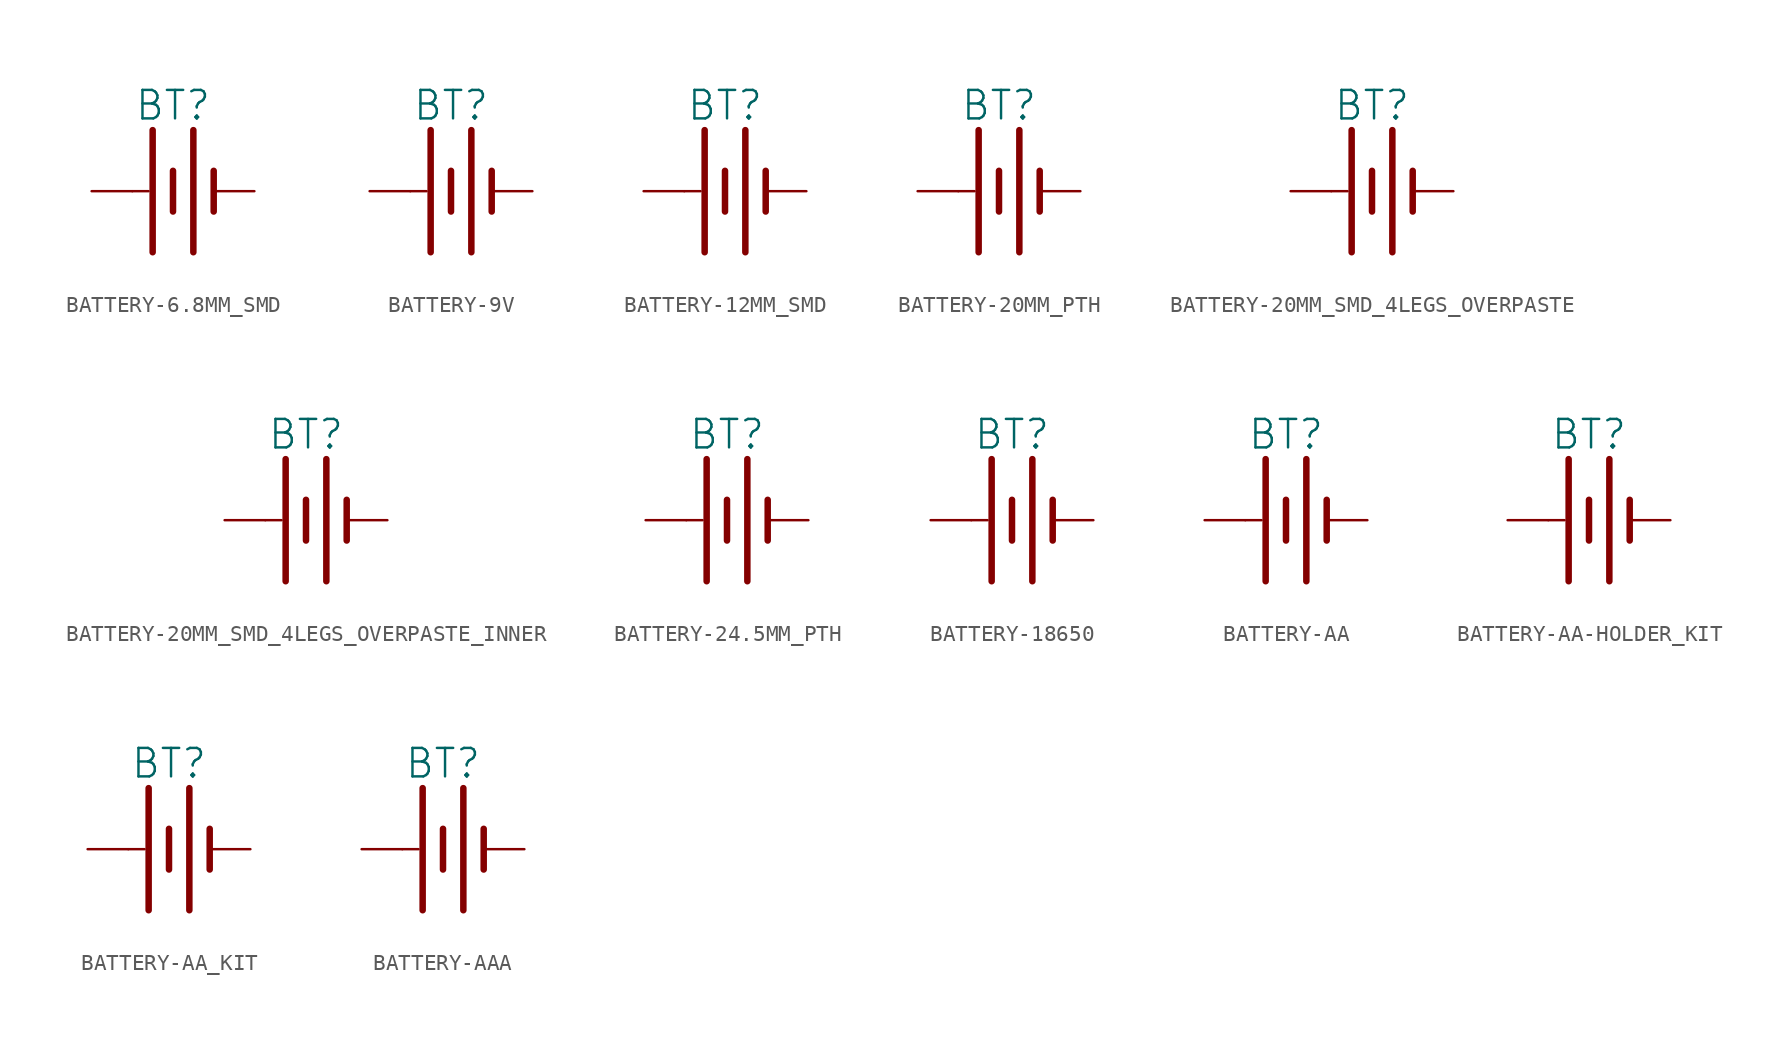
<source format=kicad_sym>
(kicad_symbol_lib
  (version 20231120)
  (generator "kicad_symbol_editor")
  (generator_version "8.0")
  (symbol "BATTERY-6.8MM_SMD"
    (property "Reference" "BT"
      (at 0 4.318 0)
      (effects (font (size 1.778 1.778)) (justify bottom)))
    (property "Value" ""
      (at 0 -4.318 0)
      (effects (font (size 1.778 1.778)) (justify top)))
    (property "ki_locked" ""
      (at 0 0 0)
      (effects (font (size 1.27 1.27))))
    (symbol "BATTERY-6.8MM_SMD_1_0"
      (polyline (pts (xy -2.54 0) (xy -1.524 0)) (stroke (width 0.152) (type solid)) (fill (type none)))
      (polyline (pts (xy -1.27 3.81) (xy -1.27 -3.81)) (stroke (width 0.406) (type solid)) (fill (type none)))
      (polyline (pts (xy 0 1.27) (xy 0 -1.27)) (stroke (width 0.406) (type solid)) (fill (type none)))
      (polyline (pts (xy 1.27 3.81) (xy 1.27 -3.81)) (stroke (width 0.406) (type solid)) (fill (type none)))
      (polyline (pts (xy 2.54 1.27) (xy 2.54 -1.27)) (stroke (width 0.406) (type solid)) (fill (type none)))
      (pin power_in line (at -5.08 0 0) (length 2.54) (name "+" (effects (font (size 0 0)))) (number "+" (effects (font (size 0 0)))))
      (pin power_in line (at 5.08 0 180) (length 2.54) (name "-" (effects (font (size 0 0)))) (number "-" (effects (font (size 0 0)))))))
  (symbol "BATTERY-9V"
    (property "Reference" "BT"
      (at 0 4.318 0)
      (effects (font (size 1.778 1.778)) (justify bottom)))
    (property "Value" ""
      (at 0 -4.318 0)
      (effects (font (size 1.778 1.778)) (justify top)))
    (property "ki_locked" ""
      (at 0 0 0)
      (effects (font (size 1.27 1.27))))
    (symbol "BATTERY-9V_1_0"
      (polyline (pts (xy -2.54 0) (xy -1.524 0)) (stroke (width 0.152) (type solid)) (fill (type none)))
      (polyline (pts (xy -1.27 3.81) (xy -1.27 -3.81)) (stroke (width 0.406) (type solid)) (fill (type none)))
      (polyline (pts (xy 0 1.27) (xy 0 -1.27)) (stroke (width 0.406) (type solid)) (fill (type none)))
      (polyline (pts (xy 1.27 3.81) (xy 1.27 -3.81)) (stroke (width 0.406) (type solid)) (fill (type none)))
      (polyline (pts (xy 2.54 1.27) (xy 2.54 -1.27)) (stroke (width 0.406) (type solid)) (fill (type none)))
      (pin power_in line (at -5.08 0 0) (length 2.54) (name "+" (effects (font (size 0 0)))) (number "+" (effects (font (size 0 0)))))
      (pin power_in line (at 5.08 0 180) (length 2.54) (name "-" (effects (font (size 0 0)))) (number "-" (effects (font (size 0 0)))))))
  (symbol "BATTERY-12MM_SMD"
    (property "Reference" "BT"
      (at 0 4.318 0)
      (effects (font (size 1.778 1.778)) (justify bottom)))
    (property "Value" ""
      (at 0 -4.318 0)
      (effects (font (size 1.778 1.778)) (justify top)))
    (property "ki_locked" ""
      (at 0 0 0)
      (effects (font (size 1.27 1.27))))
    (symbol "BATTERY-12MM_SMD_1_0"
      (polyline (pts (xy -2.54 0) (xy -1.524 0)) (stroke (width 0.152) (type solid)) (fill (type none)))
      (polyline (pts (xy -1.27 3.81) (xy -1.27 -3.81)) (stroke (width 0.406) (type solid)) (fill (type none)))
      (polyline (pts (xy 0 1.27) (xy 0 -1.27)) (stroke (width 0.406) (type solid)) (fill (type none)))
      (polyline (pts (xy 1.27 3.81) (xy 1.27 -3.81)) (stroke (width 0.406) (type solid)) (fill (type none)))
      (polyline (pts (xy 2.54 1.27) (xy 2.54 -1.27)) (stroke (width 0.406) (type solid)) (fill (type none)))
      (pin power_in line (at 5.08 0 180) (length 2.54) (name "-" (effects (font (size 0 0)))) (number "GND" (effects (font (size 0 0)))))
      (pin power_in line (at -5.08 0 0) (length 2.54) (name "+" (effects (font (size 0 0)))) (number "PWR@1" (effects (font (size 0 0)))))))
  (symbol "BATTERY-20MM_PTH"
    (property "Reference" "BT"
      (at 0 4.318 0)
      (effects (font (size 1.778 1.778)) (justify bottom)))
    (property "Value" ""
      (at 0 -4.318 0)
      (effects (font (size 1.778 1.778)) (justify top)))
    (property "ki_locked" ""
      (at 0 0 0)
      (effects (font (size 1.27 1.27))))
    (symbol "BATTERY-20MM_PTH_1_0"
      (polyline (pts (xy -2.54 0) (xy -1.524 0)) (stroke (width 0.152) (type solid)) (fill (type none)))
      (polyline (pts (xy -1.27 3.81) (xy -1.27 -3.81)) (stroke (width 0.406) (type solid)) (fill (type none)))
      (polyline (pts (xy 0 1.27) (xy 0 -1.27)) (stroke (width 0.406) (type solid)) (fill (type none)))
      (polyline (pts (xy 1.27 3.81) (xy 1.27 -3.81)) (stroke (width 0.406) (type solid)) (fill (type none)))
      (polyline (pts (xy 2.54 1.27) (xy 2.54 -1.27)) (stroke (width 0.406) (type solid)) (fill (type none)))
      (pin power_in line (at -5.08 0 0) (length 2.54) (name "+" (effects (font (size 0 0)))) (number "1" (effects (font (size 0 0)))))
      (pin power_in line (at 5.08 0 180) (length 2.54) (name "-" (effects (font (size 0 0)))) (number "2" (effects (font (size 0 0)))))))
  (symbol "BATTERY-20MM_SMD_4LEGS_OVERPASTE"
    (property "Reference" "BT"
      (at 0 4.318 0)
      (effects (font (size 1.778 1.778)) (justify bottom)))
    (property "Value" ""
      (at 0 -4.318 0)
      (effects (font (size 1.778 1.778)) (justify top)))
    (property "ki_locked" ""
      (at 0 0 0)
      (effects (font (size 1.27 1.27))))
    (symbol "BATTERY-20MM_SMD_4LEGS_OVERPASTE_1_0"
      (polyline (pts (xy -2.54 0) (xy -1.524 0)) (stroke (width 0.152) (type solid)) (fill (type none)))
      (polyline (pts (xy -1.27 3.81) (xy -1.27 -3.81)) (stroke (width 0.406) (type solid)) (fill (type none)))
      (polyline (pts (xy 0 1.27) (xy 0 -1.27)) (stroke (width 0.406) (type solid)) (fill (type none)))
      (polyline (pts (xy 1.27 3.81) (xy 1.27 -3.81)) (stroke (width 0.406) (type solid)) (fill (type none)))
      (polyline (pts (xy 2.54 1.27) (xy 2.54 -1.27)) (stroke (width 0.406) (type solid)) (fill (type none)))
      (pin power_in line (at -5.08 0 0) (length 2.54) (name "+" (effects (font (size 0 0)))) (number "1" (effects (font (size 0 0)))))
      (pin power_in line (at 5.08 0 180) (length 2.54) (name "-" (effects (font (size 0 0)))) (number "2" (effects (font (size 0 0)))))))
  (symbol "BATTERY-20MM_SMD_4LEGS_OVERPASTE_INNER"
    (property "Reference" "BT"
      (at 0 4.318 0)
      (effects (font (size 1.778 1.778)) (justify bottom)))
    (property "Value" ""
      (at 0 -4.318 0)
      (effects (font (size 1.778 1.778)) (justify top)))
    (property "ki_locked" ""
      (at 0 0 0)
      (effects (font (size 1.27 1.27))))
    (symbol "BATTERY-20MM_SMD_4LEGS_OVERPASTE_INNER_1_0"
      (polyline (pts (xy -2.54 0) (xy -1.524 0)) (stroke (width 0.152) (type solid)) (fill (type none)))
      (polyline (pts (xy -1.27 3.81) (xy -1.27 -3.81)) (stroke (width 0.406) (type solid)) (fill (type none)))
      (polyline (pts (xy 0 1.27) (xy 0 -1.27)) (stroke (width 0.406) (type solid)) (fill (type none)))
      (polyline (pts (xy 1.27 3.81) (xy 1.27 -3.81)) (stroke (width 0.406) (type solid)) (fill (type none)))
      (polyline (pts (xy 2.54 1.27) (xy 2.54 -1.27)) (stroke (width 0.406) (type solid)) (fill (type none)))
      (pin power_in line (at -5.08 0 0) (length 2.54) (name "+" (effects (font (size 0 0)))) (number "1" (effects (font (size 0 0)))))
      (pin power_in line (at 5.08 0 180) (length 2.54) (name "-" (effects (font (size 0 0)))) (number "2" (effects (font (size 0 0)))))))
  (symbol "BATTERY-24.5MM_PTH"
    (property "Reference" "BT"
      (at 0 4.318 0)
      (effects (font (size 1.778 1.778)) (justify bottom)))
    (property "Value" ""
      (at 0 -4.318 0)
      (effects (font (size 1.778 1.778)) (justify top)))
    (property "ki_locked" ""
      (at 0 0 0)
      (effects (font (size 1.27 1.27))))
    (symbol "BATTERY-24.5MM_PTH_1_0"
      (polyline (pts (xy -2.54 0) (xy -1.524 0)) (stroke (width 0.152) (type solid)) (fill (type none)))
      (polyline (pts (xy -1.27 3.81) (xy -1.27 -3.81)) (stroke (width 0.406) (type solid)) (fill (type none)))
      (polyline (pts (xy 0 1.27) (xy 0 -1.27)) (stroke (width 0.406) (type solid)) (fill (type none)))
      (polyline (pts (xy 1.27 3.81) (xy 1.27 -3.81)) (stroke (width 0.406) (type solid)) (fill (type none)))
      (polyline (pts (xy 2.54 1.27) (xy 2.54 -1.27)) (stroke (width 0.406) (type solid)) (fill (type none)))
      (pin power_in line (at 5.08 0 180) (length 2.54) (name "-" (effects (font (size 0 0)))) (number "2" (effects (font (size 0 0)))))
      (pin power_in line (at -5.08 0 0) (length 2.54) (name "+" (effects (font (size 0 0)))) (number "3" (effects (font (size 0 0)))))))
  (symbol "BATTERY-18650"
    (property "Reference" "BT"
      (at 0 4.318 0)
      (effects (font (size 1.778 1.778)) (justify bottom)))
    (property "Value" ""
      (at 0 -4.318 0)
      (effects (font (size 1.778 1.778)) (justify top)))
    (property "ki_locked" ""
      (at 0 0 0)
      (effects (font (size 1.27 1.27))))
    (symbol "BATTERY-18650_1_0"
      (polyline (pts (xy -2.54 0) (xy -1.524 0)) (stroke (width 0.152) (type solid)) (fill (type none)))
      (polyline (pts (xy -1.27 3.81) (xy -1.27 -3.81)) (stroke (width 0.406) (type solid)) (fill (type none)))
      (polyline (pts (xy 0 1.27) (xy 0 -1.27)) (stroke (width 0.406) (type solid)) (fill (type none)))
      (polyline (pts (xy 1.27 3.81) (xy 1.27 -3.81)) (stroke (width 0.406) (type solid)) (fill (type none)))
      (polyline (pts (xy 2.54 1.27) (xy 2.54 -1.27)) (stroke (width 0.406) (type solid)) (fill (type none)))
      (pin power_in line (at 5.08 0 180) (length 2.54) (name "-" (effects (font (size 0 0)))) (number "GND@1" (effects (font (size 0 0)))))
      (pin power_in line (at -5.08 0 0) (length 2.54) (name "+" (effects (font (size 0 0)))) (number "PWR@1" (effects (font (size 0 0)))))))
  (symbol "BATTERY-AA"
    (property "Reference" "BT"
      (at 0 4.318 0)
      (effects (font (size 1.778 1.778)) (justify bottom)))
    (property "Value" ""
      (at 0 -4.318 0)
      (effects (font (size 1.778 1.778)) (justify top)))
    (property "ki_locked" ""
      (at 0 0 0)
      (effects (font (size 1.27 1.27))))
    (symbol "BATTERY-AA_1_0"
      (polyline (pts (xy -2.54 0) (xy -1.524 0)) (stroke (width 0.152) (type solid)) (fill (type none)))
      (polyline (pts (xy -1.27 3.81) (xy -1.27 -3.81)) (stroke (width 0.406) (type solid)) (fill (type none)))
      (polyline (pts (xy 0 1.27) (xy 0 -1.27)) (stroke (width 0.406) (type solid)) (fill (type none)))
      (polyline (pts (xy 1.27 3.81) (xy 1.27 -3.81)) (stroke (width 0.406) (type solid)) (fill (type none)))
      (polyline (pts (xy 2.54 1.27) (xy 2.54 -1.27)) (stroke (width 0.406) (type solid)) (fill (type none)))
      (pin power_in line (at 5.08 0 180) (length 2.54) (name "-" (effects (font (size 0 0)))) (number "GND@1" (effects (font (size 0 0)))))
      (pin power_in line (at -5.08 0 0) (length 2.54) (name "+" (effects (font (size 0 0)))) (number "PWR@1" (effects (font (size 0 0)))))))
  (symbol "BATTERY-AA-HOLDER_KIT"
    (property "Reference" "BT"
      (at 0 4.318 0)
      (effects (font (size 1.778 1.778)) (justify bottom)))
    (property "Value" ""
      (at 0 -4.318 0)
      (effects (font (size 1.778 1.778)) (justify top)))
    (property "ki_locked" ""
      (at 0 0 0)
      (effects (font (size 1.27 1.27))))
    (symbol "BATTERY-AA-HOLDER_KIT_1_0"
      (polyline (pts (xy -2.54 0) (xy -1.524 0)) (stroke (width 0.152) (type solid)) (fill (type none)))
      (polyline (pts (xy -1.27 3.81) (xy -1.27 -3.81)) (stroke (width 0.406) (type solid)) (fill (type none)))
      (polyline (pts (xy 0 1.27) (xy 0 -1.27)) (stroke (width 0.406) (type solid)) (fill (type none)))
      (polyline (pts (xy 1.27 3.81) (xy 1.27 -3.81)) (stroke (width 0.406) (type solid)) (fill (type none)))
      (polyline (pts (xy 2.54 1.27) (xy 2.54 -1.27)) (stroke (width 0.406) (type solid)) (fill (type none)))
      (pin power_in line (at 5.08 0 180) (length 2.54) (name "-" (effects (font (size 0 0)))) (number "N" (effects (font (size 0 0)))))
      (pin power_in line (at -5.08 0 0) (length 2.54) (name "+" (effects (font (size 0 0)))) (number "P" (effects (font (size 0 0)))))))
  (symbol "BATTERY-AA_KIT"
    (property "Reference" "BT"
      (at 0 4.318 0)
      (effects (font (size 1.778 1.778)) (justify bottom)))
    (property "Value" ""
      (at 0 -4.318 0)
      (effects (font (size 1.778 1.778)) (justify top)))
    (property "ki_locked" ""
      (at 0 0 0)
      (effects (font (size 1.27 1.27))))
    (symbol "BATTERY-AA_KIT_1_0"
      (polyline (pts (xy -2.54 0) (xy -1.524 0)) (stroke (width 0.152) (type solid)) (fill (type none)))
      (polyline (pts (xy -1.27 3.81) (xy -1.27 -3.81)) (stroke (width 0.406) (type solid)) (fill (type none)))
      (polyline (pts (xy 0 1.27) (xy 0 -1.27)) (stroke (width 0.406) (type solid)) (fill (type none)))
      (polyline (pts (xy 1.27 3.81) (xy 1.27 -3.81)) (stroke (width 0.406) (type solid)) (fill (type none)))
      (polyline (pts (xy 2.54 1.27) (xy 2.54 -1.27)) (stroke (width 0.406) (type solid)) (fill (type none)))
      (pin power_in line (at 5.08 0 180) (length 2.54) (name "-" (effects (font (size 0 0)))) (number "GND@1" (effects (font (size 0 0)))))
      (pin power_in line (at -5.08 0 0) (length 2.54) (name "+" (effects (font (size 0 0)))) (number "PWR@1" (effects (font (size 0 0)))))))
  (symbol "BATTERY-AAA"
    (property "Reference" "BT"
      (at 0 4.318 0)
      (effects (font (size 1.778 1.778)) (justify bottom)))
    (property "Value" ""
      (at 0 -4.318 0)
      (effects (font (size 1.778 1.778)) (justify top)))
    (property "ki_locked" ""
      (at 0 0 0)
      (effects (font (size 1.27 1.27))))
    (symbol "BATTERY-AAA_1_0"
      (polyline (pts (xy -2.54 0) (xy -1.524 0)) (stroke (width 0.152) (type solid)) (fill (type none)))
      (polyline (pts (xy -1.27 3.81) (xy -1.27 -3.81)) (stroke (width 0.406) (type solid)) (fill (type none)))
      (polyline (pts (xy 0 1.27) (xy 0 -1.27)) (stroke (width 0.406) (type solid)) (fill (type none)))
      (polyline (pts (xy 1.27 3.81) (xy 1.27 -3.81)) (stroke (width 0.406) (type solid)) (fill (type none)))
      (polyline (pts (xy 2.54 1.27) (xy 2.54 -1.27)) (stroke (width 0.406) (type solid)) (fill (type none)))
      (pin power_in line (at 5.08 0 180) (length 2.54) (name "-" (effects (font (size 0 0)))) (number "GND@1" (effects (font (size 0 0)))))
      (pin power_in line (at -5.08 0 0) (length 2.54) (name "+" (effects (font (size 0 0)))) (number "PWR@1" (effects (font (size 0 0))))))))
</source>
